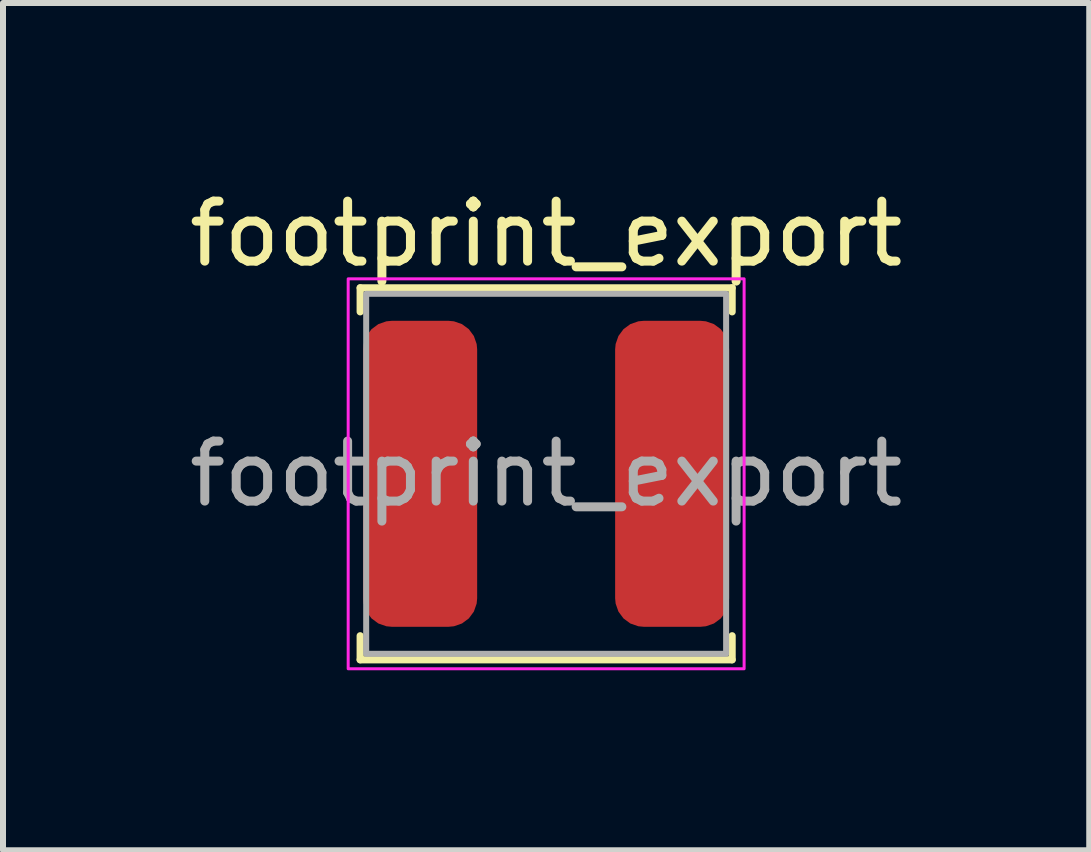
<source format=kicad_pcb>
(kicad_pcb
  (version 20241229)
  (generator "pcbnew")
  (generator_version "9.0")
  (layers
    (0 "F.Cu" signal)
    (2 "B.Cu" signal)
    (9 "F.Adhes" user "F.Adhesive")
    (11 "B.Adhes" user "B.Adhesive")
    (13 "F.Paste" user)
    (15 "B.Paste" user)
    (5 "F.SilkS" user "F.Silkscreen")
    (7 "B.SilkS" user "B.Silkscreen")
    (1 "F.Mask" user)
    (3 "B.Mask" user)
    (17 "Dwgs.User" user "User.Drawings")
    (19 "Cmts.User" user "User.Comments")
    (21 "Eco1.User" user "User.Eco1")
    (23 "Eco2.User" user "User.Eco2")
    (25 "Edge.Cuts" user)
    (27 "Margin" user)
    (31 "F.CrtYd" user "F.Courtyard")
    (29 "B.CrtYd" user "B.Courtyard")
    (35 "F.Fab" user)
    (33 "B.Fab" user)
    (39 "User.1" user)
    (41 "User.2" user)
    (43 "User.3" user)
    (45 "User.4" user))
  (footprint "footprint_export"
    (layer "F.Cu")
    (at 6.054 4.848)
    (property "Reference" "footprint_export" (at 0 -4 0) (unlocked yes) (layer "F.SilkS") (effects (font (size 1 1) (thickness 0.15))))
    (attr smd)
    (fp_line (start -3.1 -3.1) (end -3.1 -2.7) (stroke (width 0.12) (type solid)) (layer "F.SilkS"))
    (fp_line (start -3.1 -3.1) (end 3.1 -3.1) (stroke (width 0.12) (type solid)) (layer "F.SilkS"))
    (fp_line (start -3.1 3.1) (end -3.1 2.7) (stroke (width 0.12) (type solid)) (layer "F.SilkS"))
    (fp_line (start -3.1 3.1) (end 3.1 3.1) (stroke (width 0.12) (type solid)) (layer "F.SilkS"))
    (fp_line (start 3.1 -3.1) (end 3.1 -2.7) (stroke (width 0.12) (type solid)) (layer "F.SilkS"))
    (fp_line (start 3.1 3.1) (end 3.1 2.7) (stroke (width 0.12) (type solid)) (layer "F.SilkS"))
    (fp_rect (start -3.3 -3.25) (end 3.3 3.25) (stroke (width 0.05) (type solid)) (fill no) (layer "F.CrtYd"))
    (fp_rect (start -3 -3) (end 3 3) (stroke (width 0.1) (type solid)) (fill no) (layer "F.Fab"))
    (fp_text user "${REFERENCE}" (at 0 0 0) (unlocked yes) (layer "F.Fab") (effects (font (size 1 1) (thickness 0.15))))
    (pad "1" smd roundrect (at -2.1 0) (size 1.9 5.1) (layers "F.Cu" "F.Mask" "F.Paste") (roundrect_rratio 0.25))
    (pad "2" smd roundrect (at 2.1 0) (size 1.9 5.1) (layers "F.Cu" "F.Mask" "F.Paste") (roundrect_rratio 0.25)))
  (gr_rect
    (start -3 -3)
    (end 15.107 11.123)
    (stroke (width 0.1) (type default))
    (fill no)
    (layer "Edge.Cuts")))
</source>
